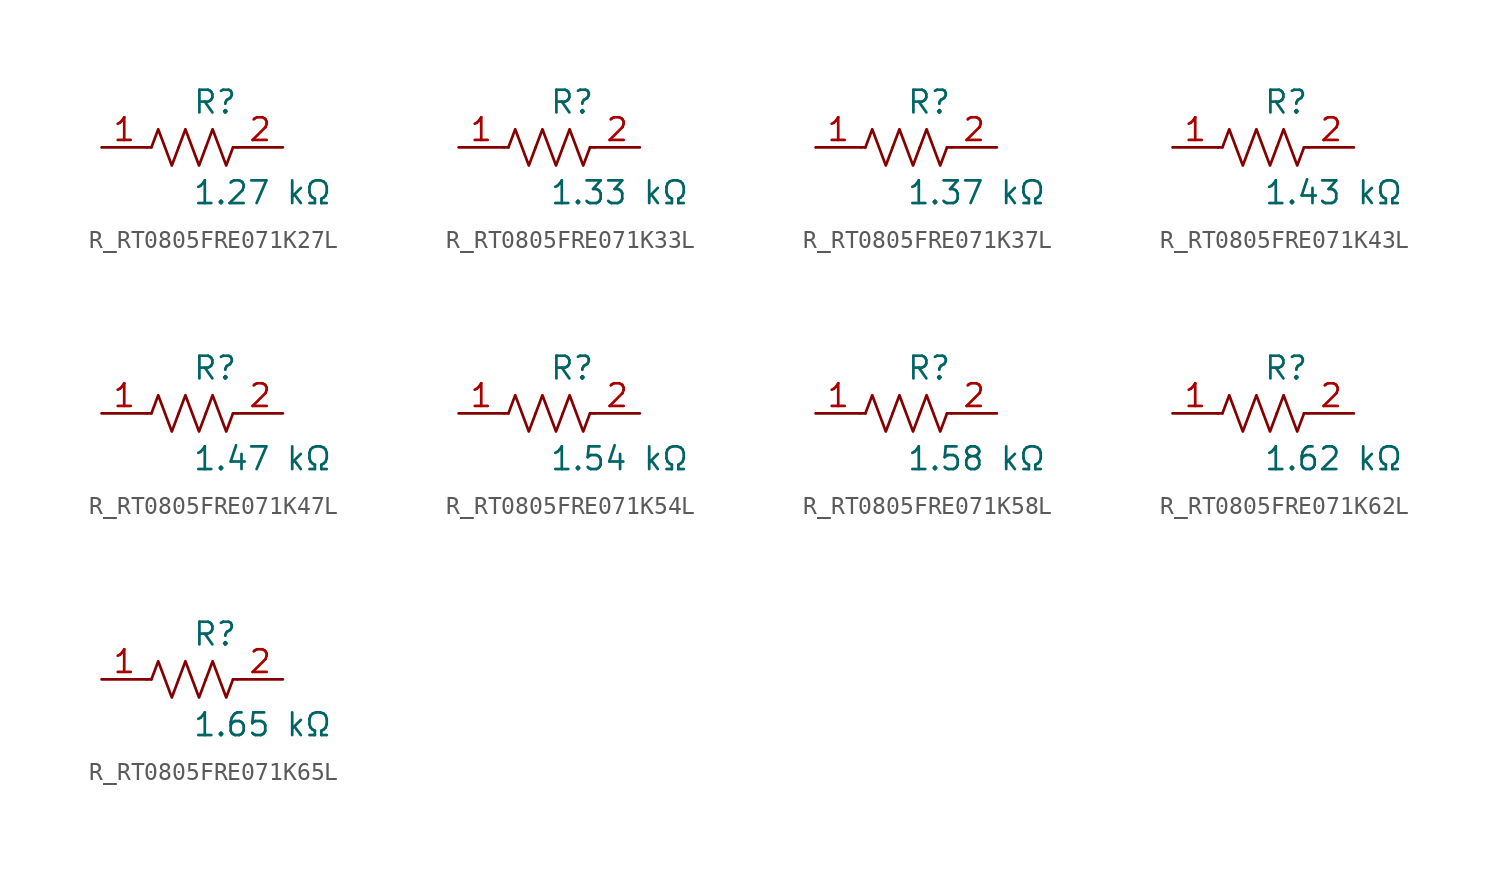
<source format=kicad_sym>
(kicad_symbol_lib
  (version 20231120)
  (generator kicad_symbol_editor)
  (generator_version 8.0)
  (symbol "R_RT0805FRE071K27L"
    (pin_names
      (offset 0.254))
    (property "Reference" "R"
      (at 0 2.54 0)
      (effects (font (size 1.27 1.27)) (justify left)))
    (property "Value" "1.27 kΩ"
      (at 0 -2.54 0)
      (effects (font (size 1.27 1.27)) (justify left)))
    (symbol "R_RT0805FRE071K27L_0_1"
      (polyline (pts (xy 2.286 0) (xy 2.54 0)) (stroke (width 0) (type default)) (fill (type none)))
      (polyline (pts (xy -2.286 0) (xy -2.54 0)) (stroke (width 0) (type default)) (fill (type none)))
      (polyline (pts (xy 0.762 0) (xy 1.143 1.016) (xy 1.524 0) (xy 1.905 -1.016) (xy 2.286 0)) (stroke (width 0) (type default)) (fill (type none)))
      (polyline (pts (xy -0.762 0) (xy -0.381 1.016) (xy 0 0) (xy 0.381 -1.016) (xy 0.762 0)) (stroke (width 0) (type default)) (fill (type none)))
      (polyline (pts (xy -2.286 0) (xy -1.905 1.016) (xy -1.524 0) (xy -1.143 -1.016) (xy -0.762 0)) (stroke (width 0) (type default)) (fill (type none))))
    (pin passive line
      (at -5.08 0 0)
      (length 2.54)
      (name "" (effects (font (size 1.27 1.27))))
      (number "1" (effects (font (size 1.27 1.27)))))
    (pin passive line
      (at 5.08 0 180)
      (length 2.54)
      (name "" (effects (font (size 1.27 1.27))))
      (number "2" (effects (font (size 1.27 1.27))))))
  (symbol "R_RT0805FRE071K33L"
    (pin_names
      (offset 0.254))
    (property "Reference" "R"
      (at 0 2.54 0)
      (effects (font (size 1.27 1.27)) (justify left)))
    (property "Value" "1.33 kΩ"
      (at 0 -2.54 0)
      (effects (font (size 1.27 1.27)) (justify left)))
    (symbol "R_RT0805FRE071K33L_0_1"
      (polyline (pts (xy 2.286 0) (xy 2.54 0)) (stroke (width 0) (type default)) (fill (type none)))
      (polyline (pts (xy -2.286 0) (xy -2.54 0)) (stroke (width 0) (type default)) (fill (type none)))
      (polyline (pts (xy 0.762 0) (xy 1.143 1.016) (xy 1.524 0) (xy 1.905 -1.016) (xy 2.286 0)) (stroke (width 0) (type default)) (fill (type none)))
      (polyline (pts (xy -0.762 0) (xy -0.381 1.016) (xy 0 0) (xy 0.381 -1.016) (xy 0.762 0)) (stroke (width 0) (type default)) (fill (type none)))
      (polyline (pts (xy -2.286 0) (xy -1.905 1.016) (xy -1.524 0) (xy -1.143 -1.016) (xy -0.762 0)) (stroke (width 0) (type default)) (fill (type none))))
    (pin passive line
      (at -5.08 0 0)
      (length 2.54)
      (name "" (effects (font (size 1.27 1.27))))
      (number "1" (effects (font (size 1.27 1.27)))))
    (pin passive line
      (at 5.08 0 180)
      (length 2.54)
      (name "" (effects (font (size 1.27 1.27))))
      (number "2" (effects (font (size 1.27 1.27))))))
  (symbol "R_RT0805FRE071K37L"
    (pin_names
      (offset 0.254))
    (property "Reference" "R"
      (at 0 2.54 0)
      (effects (font (size 1.27 1.27)) (justify left)))
    (property "Value" "1.37 kΩ"
      (at 0 -2.54 0)
      (effects (font (size 1.27 1.27)) (justify left)))
    (symbol "R_RT0805FRE071K37L_0_1"
      (polyline (pts (xy 2.286 0) (xy 2.54 0)) (stroke (width 0) (type default)) (fill (type none)))
      (polyline (pts (xy -2.286 0) (xy -2.54 0)) (stroke (width 0) (type default)) (fill (type none)))
      (polyline (pts (xy 0.762 0) (xy 1.143 1.016) (xy 1.524 0) (xy 1.905 -1.016) (xy 2.286 0)) (stroke (width 0) (type default)) (fill (type none)))
      (polyline (pts (xy -0.762 0) (xy -0.381 1.016) (xy 0 0) (xy 0.381 -1.016) (xy 0.762 0)) (stroke (width 0) (type default)) (fill (type none)))
      (polyline (pts (xy -2.286 0) (xy -1.905 1.016) (xy -1.524 0) (xy -1.143 -1.016) (xy -0.762 0)) (stroke (width 0) (type default)) (fill (type none))))
    (pin passive line
      (at -5.08 0 0)
      (length 2.54)
      (name "" (effects (font (size 1.27 1.27))))
      (number "1" (effects (font (size 1.27 1.27)))))
    (pin passive line
      (at 5.08 0 180)
      (length 2.54)
      (name "" (effects (font (size 1.27 1.27))))
      (number "2" (effects (font (size 1.27 1.27))))))
  (symbol "R_RT0805FRE071K43L"
    (pin_names
      (offset 0.254))
    (property "Reference" "R"
      (at 0 2.54 0)
      (effects (font (size 1.27 1.27)) (justify left)))
    (property "Value" "1.43 kΩ"
      (at 0 -2.54 0)
      (effects (font (size 1.27 1.27)) (justify left)))
    (symbol "R_RT0805FRE071K43L_0_1"
      (polyline (pts (xy 2.286 0) (xy 2.54 0)) (stroke (width 0) (type default)) (fill (type none)))
      (polyline (pts (xy -2.286 0) (xy -2.54 0)) (stroke (width 0) (type default)) (fill (type none)))
      (polyline (pts (xy 0.762 0) (xy 1.143 1.016) (xy 1.524 0) (xy 1.905 -1.016) (xy 2.286 0)) (stroke (width 0) (type default)) (fill (type none)))
      (polyline (pts (xy -0.762 0) (xy -0.381 1.016) (xy 0 0) (xy 0.381 -1.016) (xy 0.762 0)) (stroke (width 0) (type default)) (fill (type none)))
      (polyline (pts (xy -2.286 0) (xy -1.905 1.016) (xy -1.524 0) (xy -1.143 -1.016) (xy -0.762 0)) (stroke (width 0) (type default)) (fill (type none))))
    (pin passive line
      (at -5.08 0 0)
      (length 2.54)
      (name "" (effects (font (size 1.27 1.27))))
      (number "1" (effects (font (size 1.27 1.27)))))
    (pin passive line
      (at 5.08 0 180)
      (length 2.54)
      (name "" (effects (font (size 1.27 1.27))))
      (number "2" (effects (font (size 1.27 1.27))))))
  (symbol "R_RT0805FRE071K47L"
    (pin_names
      (offset 0.254))
    (property "Reference" "R"
      (at 0 2.54 0)
      (effects (font (size 1.27 1.27)) (justify left)))
    (property "Value" "1.47 kΩ"
      (at 0 -2.54 0)
      (effects (font (size 1.27 1.27)) (justify left)))
    (symbol "R_RT0805FRE071K47L_0_1"
      (polyline (pts (xy 2.286 0) (xy 2.54 0)) (stroke (width 0) (type default)) (fill (type none)))
      (polyline (pts (xy -2.286 0) (xy -2.54 0)) (stroke (width 0) (type default)) (fill (type none)))
      (polyline (pts (xy 0.762 0) (xy 1.143 1.016) (xy 1.524 0) (xy 1.905 -1.016) (xy 2.286 0)) (stroke (width 0) (type default)) (fill (type none)))
      (polyline (pts (xy -0.762 0) (xy -0.381 1.016) (xy 0 0) (xy 0.381 -1.016) (xy 0.762 0)) (stroke (width 0) (type default)) (fill (type none)))
      (polyline (pts (xy -2.286 0) (xy -1.905 1.016) (xy -1.524 0) (xy -1.143 -1.016) (xy -0.762 0)) (stroke (width 0) (type default)) (fill (type none))))
    (pin passive line
      (at -5.08 0 0)
      (length 2.54)
      (name "" (effects (font (size 1.27 1.27))))
      (number "1" (effects (font (size 1.27 1.27)))))
    (pin passive line
      (at 5.08 0 180)
      (length 2.54)
      (name "" (effects (font (size 1.27 1.27))))
      (number "2" (effects (font (size 1.27 1.27))))))
  (symbol "R_RT0805FRE071K54L"
    (pin_names
      (offset 0.254))
    (property "Reference" "R"
      (at 0 2.54 0)
      (effects (font (size 1.27 1.27)) (justify left)))
    (property "Value" "1.54 kΩ"
      (at 0 -2.54 0)
      (effects (font (size 1.27 1.27)) (justify left)))
    (symbol "R_RT0805FRE071K54L_0_1"
      (polyline (pts (xy 2.286 0) (xy 2.54 0)) (stroke (width 0) (type default)) (fill (type none)))
      (polyline (pts (xy -2.286 0) (xy -2.54 0)) (stroke (width 0) (type default)) (fill (type none)))
      (polyline (pts (xy 0.762 0) (xy 1.143 1.016) (xy 1.524 0) (xy 1.905 -1.016) (xy 2.286 0)) (stroke (width 0) (type default)) (fill (type none)))
      (polyline (pts (xy -0.762 0) (xy -0.381 1.016) (xy 0 0) (xy 0.381 -1.016) (xy 0.762 0)) (stroke (width 0) (type default)) (fill (type none)))
      (polyline (pts (xy -2.286 0) (xy -1.905 1.016) (xy -1.524 0) (xy -1.143 -1.016) (xy -0.762 0)) (stroke (width 0) (type default)) (fill (type none))))
    (pin passive line
      (at -5.08 0 0)
      (length 2.54)
      (name "" (effects (font (size 1.27 1.27))))
      (number "1" (effects (font (size 1.27 1.27)))))
    (pin passive line
      (at 5.08 0 180)
      (length 2.54)
      (name "" (effects (font (size 1.27 1.27))))
      (number "2" (effects (font (size 1.27 1.27))))))
  (symbol "R_RT0805FRE071K58L"
    (pin_names
      (offset 0.254))
    (property "Reference" "R"
      (at 0 2.54 0)
      (effects (font (size 1.27 1.27)) (justify left)))
    (property "Value" "1.58 kΩ"
      (at 0 -2.54 0)
      (effects (font (size 1.27 1.27)) (justify left)))
    (symbol "R_RT0805FRE071K58L_0_1"
      (polyline (pts (xy 2.286 0) (xy 2.54 0)) (stroke (width 0) (type default)) (fill (type none)))
      (polyline (pts (xy -2.286 0) (xy -2.54 0)) (stroke (width 0) (type default)) (fill (type none)))
      (polyline (pts (xy 0.762 0) (xy 1.143 1.016) (xy 1.524 0) (xy 1.905 -1.016) (xy 2.286 0)) (stroke (width 0) (type default)) (fill (type none)))
      (polyline (pts (xy -0.762 0) (xy -0.381 1.016) (xy 0 0) (xy 0.381 -1.016) (xy 0.762 0)) (stroke (width 0) (type default)) (fill (type none)))
      (polyline (pts (xy -2.286 0) (xy -1.905 1.016) (xy -1.524 0) (xy -1.143 -1.016) (xy -0.762 0)) (stroke (width 0) (type default)) (fill (type none))))
    (pin passive line
      (at -5.08 0 0)
      (length 2.54)
      (name "" (effects (font (size 1.27 1.27))))
      (number "1" (effects (font (size 1.27 1.27)))))
    (pin passive line
      (at 5.08 0 180)
      (length 2.54)
      (name "" (effects (font (size 1.27 1.27))))
      (number "2" (effects (font (size 1.27 1.27))))))
  (symbol "R_RT0805FRE071K62L"
    (pin_names
      (offset 0.254))
    (property "Reference" "R"
      (at 0 2.54 0)
      (effects (font (size 1.27 1.27)) (justify left)))
    (property "Value" "1.62 kΩ"
      (at 0 -2.54 0)
      (effects (font (size 1.27 1.27)) (justify left)))
    (symbol "R_RT0805FRE071K62L_0_1"
      (polyline (pts (xy 2.286 0) (xy 2.54 0)) (stroke (width 0) (type default)) (fill (type none)))
      (polyline (pts (xy -2.286 0) (xy -2.54 0)) (stroke (width 0) (type default)) (fill (type none)))
      (polyline (pts (xy 0.762 0) (xy 1.143 1.016) (xy 1.524 0) (xy 1.905 -1.016) (xy 2.286 0)) (stroke (width 0) (type default)) (fill (type none)))
      (polyline (pts (xy -0.762 0) (xy -0.381 1.016) (xy 0 0) (xy 0.381 -1.016) (xy 0.762 0)) (stroke (width 0) (type default)) (fill (type none)))
      (polyline (pts (xy -2.286 0) (xy -1.905 1.016) (xy -1.524 0) (xy -1.143 -1.016) (xy -0.762 0)) (stroke (width 0) (type default)) (fill (type none))))
    (pin passive line
      (at -5.08 0 0)
      (length 2.54)
      (name "" (effects (font (size 1.27 1.27))))
      (number "1" (effects (font (size 1.27 1.27)))))
    (pin passive line
      (at 5.08 0 180)
      (length 2.54)
      (name "" (effects (font (size 1.27 1.27))))
      (number "2" (effects (font (size 1.27 1.27))))))
  (symbol "R_RT0805FRE071K65L"
    (pin_names
      (offset 0.254))
    (property "Reference" "R"
      (at 0 2.54 0)
      (effects (font (size 1.27 1.27)) (justify left)))
    (property "Value" "1.65 kΩ"
      (at 0 -2.54 0)
      (effects (font (size 1.27 1.27)) (justify left)))
    (symbol "R_RT0805FRE071K65L_0_1"
      (polyline (pts (xy 2.286 0) (xy 2.54 0)) (stroke (width 0) (type default)) (fill (type none)))
      (polyline (pts (xy -2.286 0) (xy -2.54 0)) (stroke (width 0) (type default)) (fill (type none)))
      (polyline (pts (xy 0.762 0) (xy 1.143 1.016) (xy 1.524 0) (xy 1.905 -1.016) (xy 2.286 0)) (stroke (width 0) (type default)) (fill (type none)))
      (polyline (pts (xy -0.762 0) (xy -0.381 1.016) (xy 0 0) (xy 0.381 -1.016) (xy 0.762 0)) (stroke (width 0) (type default)) (fill (type none)))
      (polyline (pts (xy -2.286 0) (xy -1.905 1.016) (xy -1.524 0) (xy -1.143 -1.016) (xy -0.762 0)) (stroke (width 0) (type default)) (fill (type none))))
    (pin passive line
      (at -5.08 0 0)
      (length 2.54)
      (name "" (effects (font (size 1.27 1.27))))
      (number "1" (effects (font (size 1.27 1.27)))))
    (pin passive line
      (at 5.08 0 180)
      (length 2.54)
      (name "" (effects (font (size 1.27 1.27))))
      (number "2" (effects (font (size 1.27 1.27)))))))
</source>
